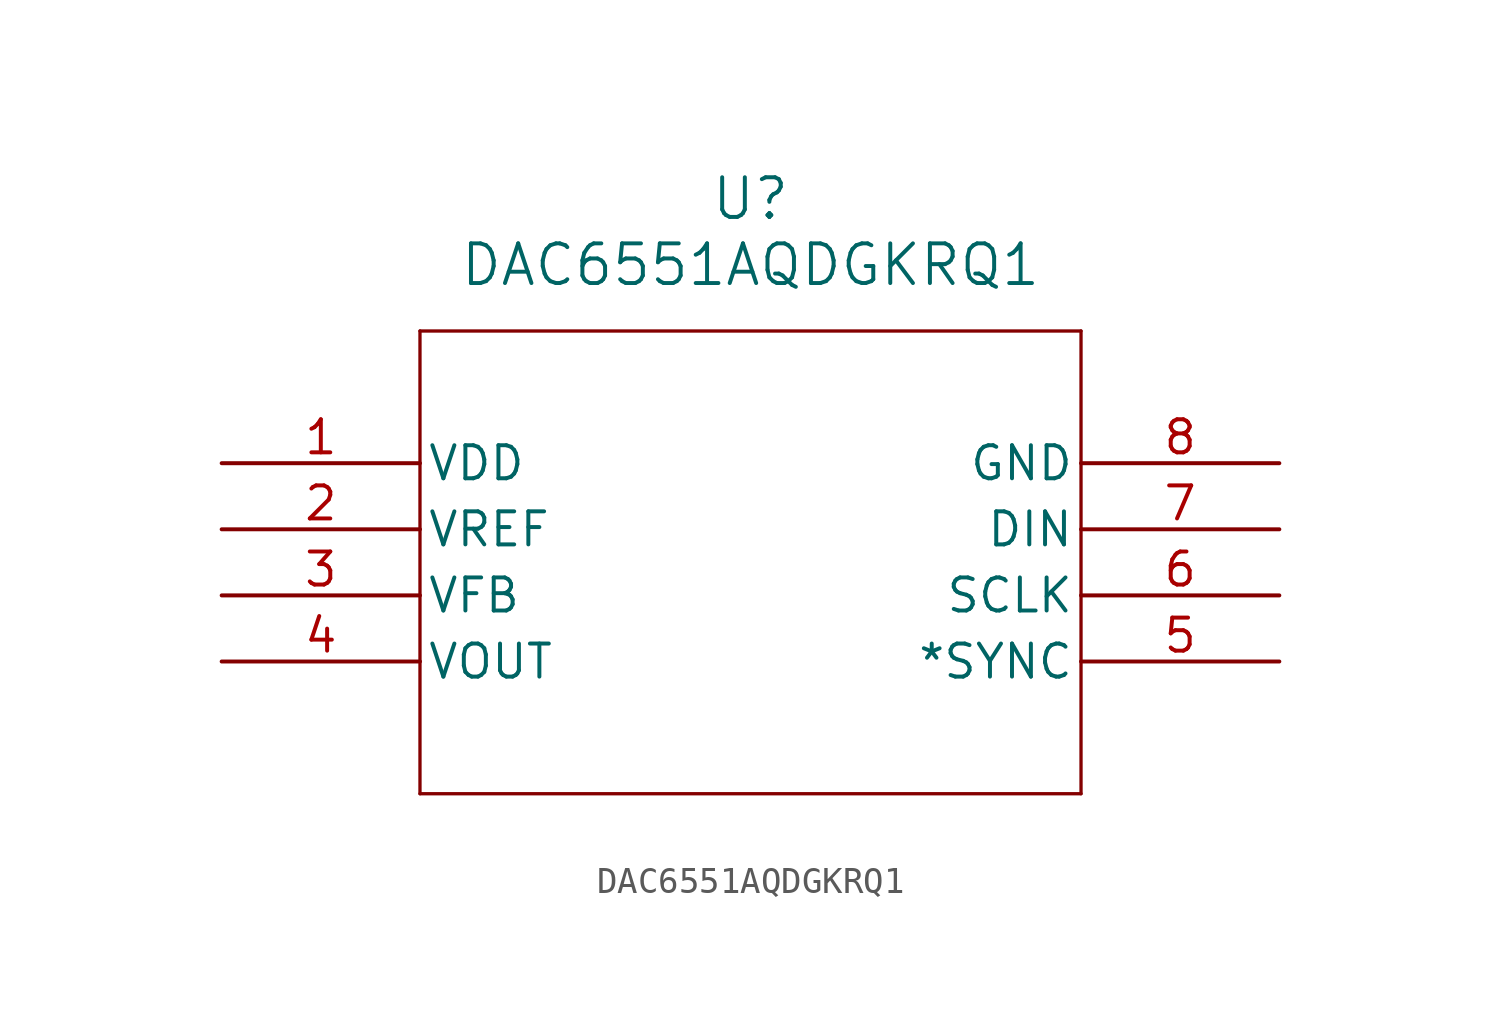
<source format=kicad_sym>
(kicad_symbol_lib
  (version 20211014)
  (generator kicad_symbol_editor)
  (symbol "DAC6551AQDGKRQ1"
    (pin_names
      (offset 0.254))
    (property "Reference" "U"
      (at 20.32 10.16 0)
      (effects (font (size 1.524 1.524))))
    (property "Value" "DAC6551AQDGKRQ1"
      (at 20.32 7.62 0)
      (effects (font (size 1.524 1.524))))
    (symbol "DAC6551AQDGKRQ1_0_1"
      (polyline (pts (xy 7.62 5.08) (xy 7.62 -12.7)) (stroke (width 0.127) (type default) (color 0 0 0 0)) (fill (type none)))
      (polyline (pts (xy 7.62 -12.7) (xy 33.02 -12.7)) (stroke (width 0.127) (type default) (color 0 0 0 0)) (fill (type none)))
      (polyline (pts (xy 33.02 -12.7) (xy 33.02 5.08)) (stroke (width 0.127) (type default) (color 0 0 0 0)) (fill (type none)))
      (polyline (pts (xy 33.02 5.08) (xy 7.62 5.08)) (stroke (width 0.127) (type default) (color 0 0 0 0)) (fill (type none)))
      (pin power_in line (at 0 0 0) (length 7.62) (name "VDD" (effects (font (size 1.27 1.27)))) (number "1" (effects (font (size 1.27 1.27)))))
      (pin input line (at 0 -2.54 0) (length 7.62) (name "VREF" (effects (font (size 1.27 1.27)))) (number "2" (effects (font (size 1.27 1.27)))))
      (pin input line (at 0 -5.08 0) (length 7.62) (name "VFB" (effects (font (size 1.27 1.27)))) (number "3" (effects (font (size 1.27 1.27)))))
      (pin output line (at 0 -7.62 0) (length 7.62) (name "VOUT" (effects (font (size 1.27 1.27)))) (number "4" (effects (font (size 1.27 1.27)))))
      (pin input line (at 40.64 -7.62 180) (length 7.62) (name "*SYNC" (effects (font (size 1.27 1.27)))) (number "5" (effects (font (size 1.27 1.27)))))
      (pin input line (at 40.64 -5.08 180) (length 7.62) (name "SCLK" (effects (font (size 1.27 1.27)))) (number "6" (effects (font (size 1.27 1.27)))))
      (pin input line (at 40.64 -2.54 180) (length 7.62) (name "DIN" (effects (font (size 1.27 1.27)))) (number "7" (effects (font (size 1.27 1.27)))))
      (pin power_in line (at 40.64 0 180) (length 7.62) (name "GND" (effects (font (size 1.27 1.27)))) (number "8" (effects (font (size 1.27 1.27))))))))
</source>
